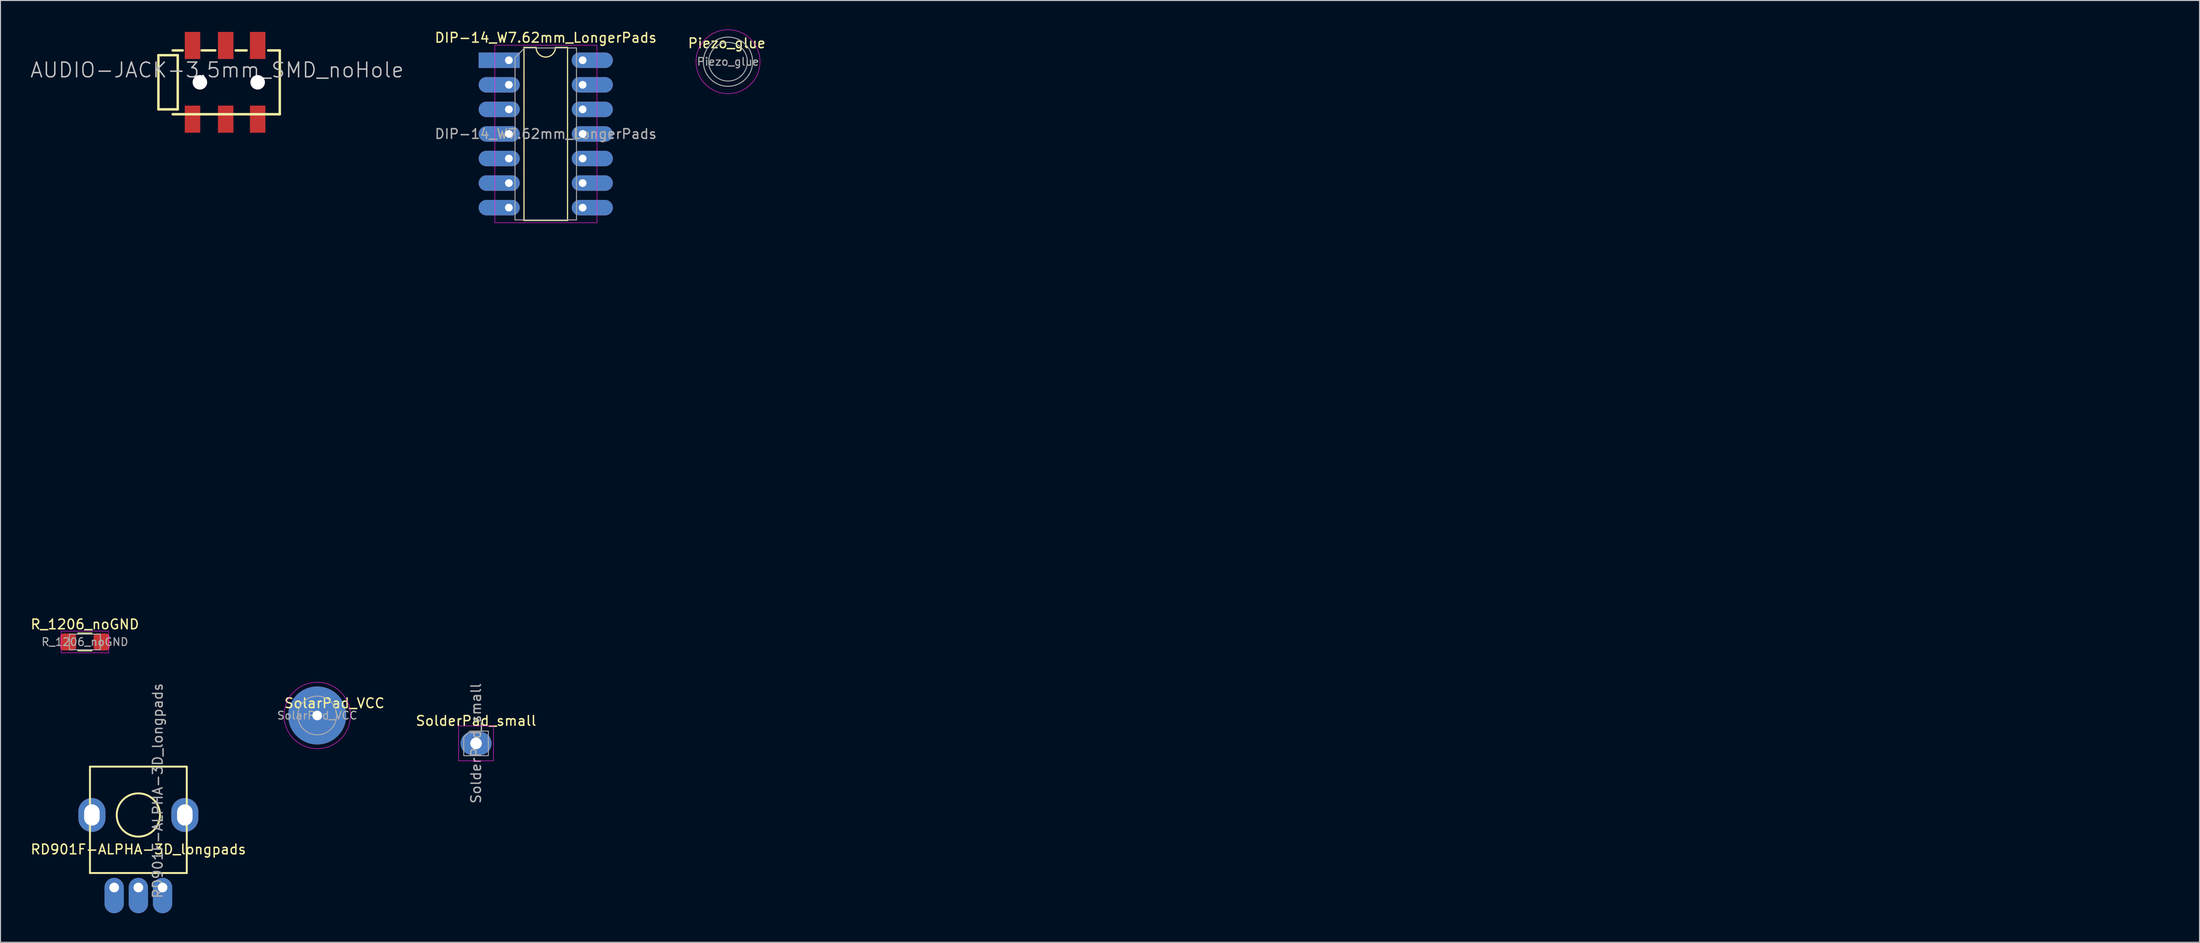
<source format=kicad_pcb>
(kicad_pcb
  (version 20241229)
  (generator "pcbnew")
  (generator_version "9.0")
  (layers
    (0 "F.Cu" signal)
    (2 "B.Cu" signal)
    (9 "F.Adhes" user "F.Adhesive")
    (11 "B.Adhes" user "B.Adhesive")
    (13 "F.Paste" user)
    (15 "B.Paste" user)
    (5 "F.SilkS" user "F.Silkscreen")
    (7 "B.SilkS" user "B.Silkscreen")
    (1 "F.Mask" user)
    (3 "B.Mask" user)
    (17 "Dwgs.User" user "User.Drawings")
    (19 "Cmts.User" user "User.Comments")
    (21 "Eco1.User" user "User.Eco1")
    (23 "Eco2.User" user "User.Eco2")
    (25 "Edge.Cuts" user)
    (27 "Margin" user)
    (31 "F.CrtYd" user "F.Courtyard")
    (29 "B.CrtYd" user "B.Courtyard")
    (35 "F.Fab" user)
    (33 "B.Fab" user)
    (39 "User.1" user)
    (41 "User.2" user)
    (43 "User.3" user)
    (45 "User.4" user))
  (footprint "DIP-14_W7.62mm_LongerPads"
    (layer "F.Cu")
    (at 49.521 3.178)
    (property "Reference" "DIP-14_W7.62mm_LongerPads" (at 3.81 -2.33 0) (layer "F.SilkS") (effects (font (size 1 1) (thickness 0.15))))
    (attr through_hole)
    (fp_line (start 1.56 -1.33) (end 1.56 16.57) (stroke (width 0.12) (type solid)) (layer "F.SilkS"))
    (fp_line (start 1.56 16.57) (end 6.06 16.57) (stroke (width 0.12) (type solid)) (layer "F.SilkS"))
    (fp_line (start 2.81 -1.33) (end 1.56 -1.33) (stroke (width 0.12) (type solid)) (layer "F.SilkS"))
    (fp_line (start 6.06 -1.33) (end 4.81 -1.33) (stroke (width 0.12) (type solid)) (layer "F.SilkS"))
    (fp_line (start 6.06 16.57) (end 6.06 -1.33) (stroke (width 0.12) (type solid)) (layer "F.SilkS"))
    (fp_arc (start 4.81 -1.33) (mid 3.81 -0.33) (end 2.81 -1.33) (stroke (width 0.12) (type solid)) (layer "F.SilkS"))
    (fp_line (start -1.45 -1.55) (end -1.45 16.8) (stroke (width 0.05) (type solid)) (layer "F.CrtYd"))
    (fp_line (start -1.45 16.8) (end 9.1 16.8) (stroke (width 0.05) (type solid)) (layer "F.CrtYd"))
    (fp_line (start 9.1 -1.55) (end -1.45 -1.55) (stroke (width 0.05) (type solid)) (layer "F.CrtYd"))
    (fp_line (start 9.1 16.8) (end 9.1 -1.55) (stroke (width 0.05) (type solid)) (layer "F.CrtYd"))
    (fp_line (start 0.635 -0.27) (end 1.635 -1.27) (stroke (width 0.1) (type solid)) (layer "F.Fab"))
    (fp_line (start 0.635 16.51) (end 0.635 -0.27) (stroke (width 0.1) (type solid)) (layer "F.Fab"))
    (fp_line (start 1.635 -1.27) (end 6.985 -1.27) (stroke (width 0.1) (type solid)) (layer "F.Fab"))
    (fp_line (start 6.985 -1.27) (end 6.985 16.51) (stroke (width 0.1) (type solid)) (layer "F.Fab"))
    (fp_line (start 6.985 16.51) (end 0.635 16.51) (stroke (width 0.1) (type solid)) (layer "F.Fab"))
    (fp_text user "${REFERENCE}" (at 3.81 7.62 0) (layer "F.Fab") (effects (font (size 1 1) (thickness 0.15))))
    (pad "1" thru_hole rect (at 0 0) (size 4.248 1.6) (drill 0.8 (offset -1 0)) (layers "*.Cu" "*.Mask"))
    (pad "2" thru_hole oval (at 0 2.54) (size 4.248 1.6) (drill 0.8 (offset -1 0)) (layers "*.Cu" "*.Mask"))
    (pad "3" thru_hole oval (at 0 5.08) (size 4.248 1.6) (drill 0.8 (offset -1 0)) (layers "*.Cu" "*.Mask"))
    (pad "4" thru_hole oval (at 0 7.62) (size 4.248 1.6) (drill 0.8 (offset -1 0)) (layers "*.Cu" "*.Mask"))
    (pad "5" thru_hole oval (at 0 10.16) (size 4.248 1.6) (drill 0.8 (offset -1 0)) (layers "*.Cu" "*.Mask"))
    (pad "6" thru_hole oval (at 0 12.7) (size 4.248 1.6) (drill 0.8 (offset -1 0)) (layers "*.Cu" "*.Mask"))
    (pad "7" thru_hole oval (at 0 15.24) (size 4.248 1.6) (drill 0.8 (offset -1 0)) (layers "*.Cu" "*.Mask"))
    (pad "8" thru_hole oval (at 7.62 15.24) (size 4.248 1.6) (drill 0.8 (offset 1 0)) (layers "*.Cu" "*.Mask"))
    (pad "9" thru_hole oval (at 7.62 12.7) (size 4.248 1.6) (drill 0.8 (offset 1 0)) (layers "*.Cu" "*.Mask"))
    (pad "10" thru_hole oval (at 7.62 10.16) (size 4.248 1.6) (drill 0.8 (offset 1 0)) (layers "*.Cu" "*.Mask"))
    (pad "11" thru_hole oval (at 7.62 7.62) (size 4.248 1.6) (drill 0.8 (offset 1 0)) (layers "*.Cu" "*.Mask"))
    (pad "12" thru_hole oval (at 7.62 5.08) (size 4.248 1.6) (drill 0.8 (offset 1 0)) (layers "*.Cu" "*.Mask"))
    (pad "13" thru_hole oval (at 7.62 2.54) (size 4.248 1.6) (drill 0.8 (offset 1 0)) (layers "*.Cu" "*.Mask"))
    (pad "14" thru_hole oval (at 7.62 0) (size 4.248 1.6) (drill 0.8 (offset 1 0)) (layers "*.Cu" "*.Mask")))
  (footprint "AUDIO-JACK-3.5mm_SMD_noHole"
    (layer "F.Cu")
    (at 14.297 5.461)
    (property "Reference" "AUDIO-JACK-3.5mm_SMD_noHole" (at 5.08 -1.27 0) (layer "Dwgs.User") (effects (font (size 1.524 1.524) (thickness 0.15))))
    (attr smd)
    (fp_line (start -0.983 -2.804) (end -0.983 2.794) (stroke (width 0.254) (type solid)) (layer "F.SilkS"))
    (fp_line (start -0.983 2.794) (end 1.016 2.794) (stroke (width 0.254) (type solid)) (layer "F.SilkS"))
    (fp_line (start 0.498 -3.299) (end 1.524 -3.299) (stroke (width 0.254) (type solid)) (layer "F.SilkS"))
    (fp_line (start 0.498 3.299) (end 11.557 3.299) (stroke (width 0.254) (type solid)) (layer "F.SilkS"))
    (fp_line (start 1.016 -2.804) (end -0.983 -2.804) (stroke (width 0.254) (type solid)) (layer "F.SilkS"))
    (fp_line (start 1.016 -2.804) (end 1.016 2.794) (stroke (width 0.254) (type solid)) (layer "F.SilkS"))
    (fp_line (start 3.491 -3.302) (end 4.891 -3.302) (stroke (width 0.254) (type solid)) (layer "F.SilkS"))
    (fp_line (start 6.998 -3.299) (end 8.128 -3.299) (stroke (width 0.254) (type solid)) (layer "F.SilkS"))
    (fp_line (start 11.557 -3.299) (end 10.356 -3.299) (stroke (width 0.254) (type solid)) (layer "F.SilkS"))
    (fp_line (start 11.557 -3.299) (end 11.557 3.299) (stroke (width 0.254) (type solid)) (layer "F.SilkS"))
    (pad "" np_thru_hole circle (at 3.302 0) (size 1.5 1.5) (drill 1.5) (layers "*.Cu" "*.Mask"))
    (pad "" np_thru_hole circle (at 9.271 0) (size 1.5 1.5) (drill 1.5) (layers "*.Cu" "*.Mask"))
    (pad "1" smd rect (at 2.54 -3.81) (size 1.6 2.8) (layers "F.Cu" "F.Mask" "F.Paste"))
    (pad "1" smd rect (at 2.54 3.81) (size 1.6 2.8) (layers "F.Cu" "F.Mask" "F.Paste"))
    (pad "2" smd rect (at 9.271 -3.81) (size 1.6 2.8) (layers "F.Cu" "F.Mask" "F.Paste"))
    (pad "2" smd rect (at 9.271 3.81) (size 1.6 2.8) (layers "F.Cu" "F.Mask" "F.Paste"))
    (pad "3" smd rect (at 5.969 -3.81) (size 1.6 2.8) (layers "F.Cu" "F.Mask" "F.Paste"))
    (pad "3" smd rect (at 5.969 3.81) (size 1.6 2.8) (layers "F.Cu" "F.Mask" "F.Paste"))
    (zone (net_name "") (layers "F.Cu" "F.SilkS") (name "noGND") (hatch edge 0.5) (connect_pads) (min_thickness 0.25) (filled_areas_thickness no) (keepout (tracks allowed) (vias allowed) (pads allowed) (copperpour not_allowed) (footprints allowed)) (placement (enabled no)) (fill) (polygon (pts (xy 18.488 0) (xy 25.346 0) (xy 25.346 10.922) (xy 18.488 10.922)))))
  (footprint "SolarPad_VCC"
    (layer "F.Cu")
    (at 29.721 70.922)
    (property "Reference" "SolarPad_VCC" (at 1.778 -1.27 0) (layer "F.SilkS") (effects (font (size 1 1) (thickness 0.15))))
    (attr through_hole)
    (fp_circle (center 0 0) (end 3.429 0.127) (stroke (width 0.05) (type solid)) (fill no) (layer "F.CrtYd"))
    (fp_circle (center 0 0) (end 2 0) (stroke (width 0.1) (type solid)) (fill no) (layer "F.Fab"))
    (fp_text user "${REFERENCE}" (at 0 0 0) (layer "F.Fab") (effects (font (size 0.8 0.8) (thickness 0.12))))
    (pad "1" thru_hole circle (at 0 0) (size 6 6) (drill 1) (layers "*.Cu" "*.Mask")))
  (footprint "Piezo_glue"
    (layer "F.Cu")
    (at 72.16 3.329)
    (property "Reference" "Piezo_glue" (at -0.127 -1.905 0) (layer "F.SilkS") (effects (font (size 1 1) (thickness 0.15))))
    (attr through_hole)
    (fp_circle (center 0 0) (end 3.302 -0.127) (stroke (width 0.05) (type solid)) (fill no) (layer "F.CrtYd"))
    (fp_circle (center 0 0) (end 2 0) (stroke (width 0.1) (type solid)) (fill no) (layer "F.Fab"))
    (fp_circle (center 0 0) (end 2.54 -0.127) (stroke (width 0.1) (type solid)) (fill no) (layer "F.Fab"))
    (fp_text user "${REFERENCE}" (at 0 0 0) (layer "F.Fab") (effects (font (size 0.8 0.8) (thickness 0.12)))))
  (footprint "RD901F-ALPHA-3D_longpads"
    (layer "F.Cu")
    (at 11.244 81.209)
    (property "Reference" "RD901F-ALPHA-3D_longpads" (at 0 3.556 0) (layer "F.SilkS") (effects (font (size 1 1) (thickness 0.15))))
    (attr through_hole)
    (fp_line (start -5 -5) (end 5 -5) (stroke (width 0.2) (type solid)) (layer "F.SilkS"))
    (fp_line (start -5 0) (end -5 -5) (stroke (width 0.2) (type solid)) (layer "F.SilkS"))
    (fp_line (start -5 6) (end -5 0) (stroke (width 0.2) (type solid)) (layer "F.SilkS"))
    (fp_line (start 5 -5) (end 5 6) (stroke (width 0.2) (type solid)) (layer "F.SilkS"))
    (fp_line (start 5 6) (end -5 6) (stroke (width 0.2) (type solid)) (layer "F.SilkS"))
    (fp_circle (center 0 0) (end 2.236 0) (stroke (width 0.2) (type solid)) (fill no) (layer "F.SilkS"))
    (fp_text user "${REFERENCE}" (at 2 -2.5 90) (layer "F.Fab") (effects (font (size 1 1) (thickness 0.15))))
    (pad "" thru_hole oval (at -4.8 0) (size 2.8 3.5) (drill oval 1.6 2.2) (layers "*.Cu" "*.Mask"))
    (pad "" thru_hole oval (at 4.8 0) (size 2.8 3.5) (drill oval 1.6 2.2) (layers "*.Cu" "*.Mask"))
    (pad "1" thru_hole oval (at 2.5 7.5) (size 2 3.66) (drill 1 (offset 0 0.83)) (layers "*.Cu" "*.Mask"))
    (pad "2" thru_hole oval (at 0 7.5) (size 2 3.66) (drill 1 (offset 0 0.83)) (layers "*.Cu" "*.Mask"))
    (pad "3" thru_hole oval (at -2.5 7.5) (size 2 3.66) (drill 1 (offset 0 0.83)) (layers "*.Cu" "*.Mask")))
  (footprint "SolderPad_small"
    (layer "F.Cu")
    (at 46.13 73.805)
    (property "Reference" "SolderPad_small" (at 0 -2.33 0) (layer "F.SilkS") (effects (font (size 1 1) (thickness 0.15))))
    (attr through_hole)
    (fp_line (start -1.8 -1.8) (end -1.8 1.8) (stroke (width 0.05) (type solid)) (layer "F.CrtYd"))
    (fp_line (start -1.8 1.8) (end 1.8 1.8) (stroke (width 0.05) (type solid)) (layer "F.CrtYd"))
    (fp_line (start 1.8 -1.8) (end -1.8 -1.8) (stroke (width 0.05) (type solid)) (layer "F.CrtYd"))
    (fp_line (start 1.8 1.8) (end 1.8 -1.8) (stroke (width 0.05) (type solid)) (layer "F.CrtYd"))
    (fp_line (start -1.27 -0.635) (end -0.635 -1.27) (stroke (width 0.1) (type solid)) (layer "F.Fab"))
    (fp_line (start -1.27 1.27) (end -1.27 -0.635) (stroke (width 0.1) (type solid)) (layer "F.Fab"))
    (fp_line (start -0.635 -1.27) (end 1.27 -1.27) (stroke (width 0.1) (type solid)) (layer "F.Fab"))
    (fp_line (start 1.27 -1.27) (end 1.27 1.27) (stroke (width 0.1) (type solid)) (layer "F.Fab"))
    (fp_line (start 1.27 1.27) (end -1.27 1.27) (stroke (width 0.1) (type solid)) (layer "F.Fab"))
    (fp_text user "${REFERENCE}" (at 0 0 90) (layer "F.Fab") (effects (font (size 1 1) (thickness 0.15))))
    (pad "1" thru_hole oval (at 0 0) (size 3.2 2.4) (drill 1.2) (layers "*.Cu" "*.Mask")))
  (footprint "R_1206_noGND"
    (layer "F.Cu")
    (at 5.72 63.32)
    (property "Reference" "R_1206_noGND" (at 0 -1.82 0) (layer "F.SilkS") (effects (font (size 1 1) (thickness 0.15))))
    (attr smd)
    (fp_line (start -0.727 -0.91) (end 0.727 -0.91) (stroke (width 0.12) (type solid)) (layer "F.SilkS"))
    (fp_line (start -0.727 0.91) (end 0.727 0.91) (stroke (width 0.12) (type solid)) (layer "F.SilkS"))
    (fp_line (start -2.45 -1.12) (end 2.45 -1.12) (stroke (width 0.05) (type solid)) (layer "F.CrtYd"))
    (fp_line (start -2.45 1.12) (end -2.45 -1.12) (stroke (width 0.05) (type solid)) (layer "F.CrtYd"))
    (fp_line (start 2.45 -1.12) (end 2.45 1.12) (stroke (width 0.05) (type solid)) (layer "F.CrtYd"))
    (fp_line (start 2.45 1.12) (end -2.45 1.12) (stroke (width 0.05) (type solid)) (layer "F.CrtYd"))
    (fp_line (start -1.6 -0.8) (end 1.6 -0.8) (stroke (width 0.1) (type solid)) (layer "F.Fab"))
    (fp_line (start -1.6 0.8) (end -1.6 -0.8) (stroke (width 0.1) (type solid)) (layer "F.Fab"))
    (fp_line (start 1.6 -0.8) (end 1.6 0.8) (stroke (width 0.1) (type solid)) (layer "F.Fab"))
    (fp_line (start 1.6 0.8) (end -1.6 0.8) (stroke (width 0.1) (type solid)) (layer "F.Fab"))
    (fp_text user "${REFERENCE}" (at 0 0 0) (layer "F.Fab") (effects (font (size 0.8 0.8) (thickness 0.12))))
    (pad "1" smd roundrect (at -1.72 0) (size 1.64 1.75) (layers "F.Cu" "F.Mask" "F.Paste") (roundrect_rratio 0.192))
    (pad "2" smd roundrect (at 1.72 0) (size 1.64 1.75) (layers "F.Cu" "F.Mask" "F.Paste") (roundrect_rratio 0.192))
    (zone (net_name "") (layer "F.Cu") (name "noGND") (hatch edge 0.5) (connect_pads) (min_thickness 0.25) (filled_areas_thickness no) (keepout (tracks allowed) (vias allowed) (pads allowed) (copperpour not_allowed) (footprints allowed)) (placement (enabled no)) (fill) (polygon (pts (xy 219.149 23.003) (xy 221.181 23.003) (xy 221.181 25.035) (xy 219.149 25.035)))))
  (gr_rect
    (start -3 -3)
    (end 224.181 94.369)
    (stroke (width 0.1) (type default))
    (fill no)
    (layer "Edge.Cuts")))
</source>
